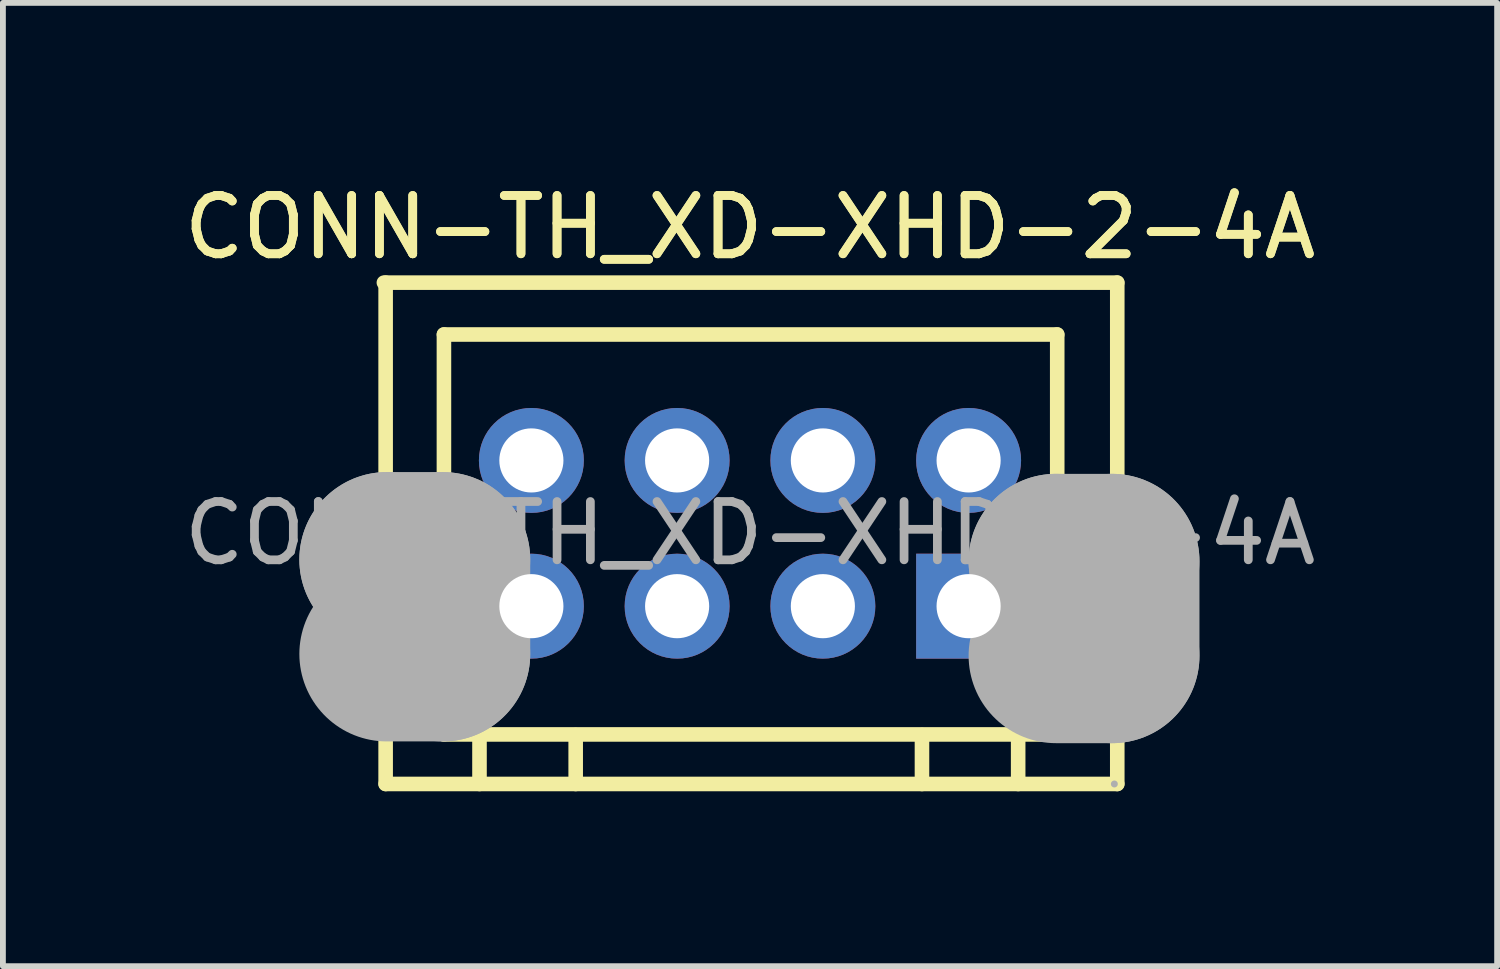
<source format=kicad_pcb>
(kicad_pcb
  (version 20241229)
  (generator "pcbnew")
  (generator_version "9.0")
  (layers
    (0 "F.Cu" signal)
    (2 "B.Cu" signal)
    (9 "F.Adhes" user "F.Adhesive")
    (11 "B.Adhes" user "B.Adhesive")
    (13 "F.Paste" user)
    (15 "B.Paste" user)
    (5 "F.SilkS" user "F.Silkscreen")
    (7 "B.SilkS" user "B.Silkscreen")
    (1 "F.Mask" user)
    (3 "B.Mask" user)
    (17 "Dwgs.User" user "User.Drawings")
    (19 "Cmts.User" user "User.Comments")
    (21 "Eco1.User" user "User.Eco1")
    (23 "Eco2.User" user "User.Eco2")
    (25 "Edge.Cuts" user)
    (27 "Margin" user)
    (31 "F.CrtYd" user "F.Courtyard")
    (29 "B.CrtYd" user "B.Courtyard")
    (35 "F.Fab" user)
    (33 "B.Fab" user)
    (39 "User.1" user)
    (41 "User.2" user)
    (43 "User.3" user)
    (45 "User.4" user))
  (footprint "CONN-TH_XD-XHD-2-4A"
    (layer "F.Cu")
    (at 9.815 6.098)
    (property "Reference" "CONN-TH_XD-XHD-2-4A" (at 0 -5.25 0) (layer "F.SilkS") (effects (font (size 1 1) (thickness 0.15))))
    (attr through_hole)
    (fp_line (start -6.28 -4.3) (end 6.3 -4.3) (stroke (width 0.25) (type solid)) (layer "F.SilkS"))
    (fp_line (start -6.25 -4.3) (end -6.25 4.3) (stroke (width 0.25) (type solid)) (layer "F.SilkS"))
    (fp_line (start -5.25 -3.41) (end -5.25 3.45) (stroke (width 0.25) (type solid)) (layer "F.SilkS"))
    (fp_line (start -5.25 -3.41) (end 5.27 -3.41) (stroke (width 0.25) (type solid)) (layer "F.SilkS"))
    (fp_line (start -4.64 3.46) (end -4.64 4.3) (stroke (width 0.25) (type solid)) (layer "F.SilkS"))
    (fp_line (start -2.99 3.46) (end -2.99 4.3) (stroke (width 0.25) (type solid)) (layer "F.SilkS"))
    (fp_line (start 2.95 3.46) (end 2.95 4.3) (stroke (width 0.25) (type solid)) (layer "F.SilkS"))
    (fp_line (start 4.6 3.46) (end 4.6 4.3) (stroke (width 0.25) (type solid)) (layer "F.SilkS"))
    (fp_line (start 5.27 -3.41) (end 5.27 3.45) (stroke (width 0.25) (type solid)) (layer "F.SilkS"))
    (fp_line (start 5.27 3.45) (end -5.25 3.45) (stroke (width 0.25) (type solid)) (layer "F.SilkS"))
    (fp_line (start 6.3 -4.3) (end 6.3 4.3) (stroke (width 0.25) (type solid)) (layer "F.SilkS"))
    (fp_line (start 6.3 4.3) (end -6.25 4.3) (stroke (width 0.25) (type solid)) (layer "F.SilkS"))
    (fp_line (start -6.23 0.45) (end -6.23 0.45) (stroke (width 3) (type solid)) (layer "F.Fab"))
    (fp_line (start -6.23 0.45) (end -5.27 0.45) (stroke (width 3) (type solid)) (layer "F.Fab"))
    (fp_line (start -5.27 0.45) (end -5.27 2.07) (stroke (width 3) (type solid)) (layer "F.Fab"))
    (fp_line (start -5.27 2.07) (end -6.23 2.07) (stroke (width 3) (type solid)) (layer "F.Fab"))
    (fp_line (start 5.25 0.48) (end 5.25 0.48) (stroke (width 3) (type solid)) (layer "F.Fab"))
    (fp_line (start 5.25 0.48) (end 6.21 0.48) (stroke (width 3) (type solid)) (layer "F.Fab"))
    (fp_line (start 6.21 0.48) (end 6.21 2.1) (stroke (width 3) (type solid)) (layer "F.Fab"))
    (fp_line (start 6.21 2.1) (end 5.25 2.1) (stroke (width 3) (type solid)) (layer "F.Fab"))
    (fp_circle (center 6.25 4.3) (end 6.28 4.3) (stroke (width 0.06) (type solid)) (fill no) (layer "F.Fab"))
    (fp_text user "${REFERENCE}" (at 0 -5.25 0) (layer "F.SilkS") (effects (font (size 1 1) (thickness 0.15))))
    (fp_text user "${REFERENCE}" (at 0 0 0) (layer "F.Fab") (effects (font (size 1 1) (thickness 0.15))))
    (pad "1" thru_hole rect (at 3.75 1.25) (size 1.8 1.8) (drill 1.1) (layers "*.Cu" "*.Mask"))
    (pad "2" thru_hole circle (at 3.75 -1.25) (size 1.8 1.8) (drill 1.1) (layers "*.Cu" "*.Mask"))
    (pad "3" thru_hole circle (at 1.25 1.25) (size 1.8 1.8) (drill 1.1) (layers "*.Cu" "*.Mask"))
    (pad "4" thru_hole circle (at 1.25 -1.25) (size 1.8 1.8) (drill 1.1) (layers "*.Cu" "*.Mask"))
    (pad "5" thru_hole circle (at -1.25 1.25) (size 1.8 1.8) (drill 1.1) (layers "*.Cu" "*.Mask"))
    (pad "6" thru_hole circle (at -1.25 -1.25) (size 1.8 1.8) (drill 1.1) (layers "*.Cu" "*.Mask"))
    (pad "7" thru_hole circle (at -3.75 1.25) (size 1.8 1.8) (drill 1.1) (layers "*.Cu" "*.Mask"))
    (pad "8" thru_hole circle (at -3.75 -1.25) (size 1.8 1.8) (drill 1.1) (layers "*.Cu" "*.Mask")))
  (gr_rect
    (start -3 -3)
    (end 22.631 13.523)
    (stroke (width 0.1) (type default))
    (fill no)
    (layer "Edge.Cuts")))
</source>
